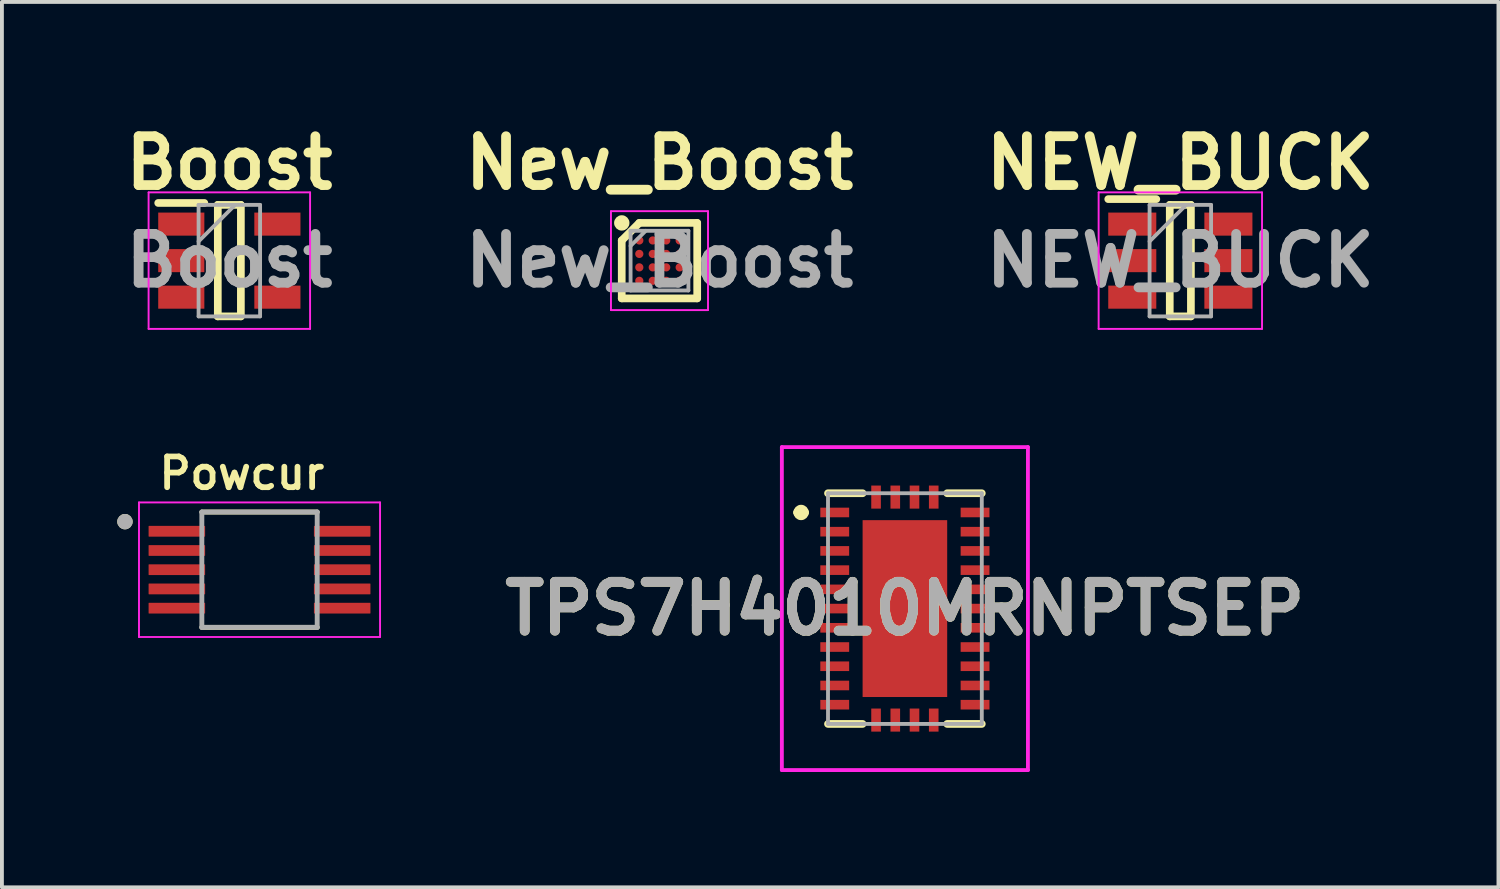
<source format=kicad_pcb>
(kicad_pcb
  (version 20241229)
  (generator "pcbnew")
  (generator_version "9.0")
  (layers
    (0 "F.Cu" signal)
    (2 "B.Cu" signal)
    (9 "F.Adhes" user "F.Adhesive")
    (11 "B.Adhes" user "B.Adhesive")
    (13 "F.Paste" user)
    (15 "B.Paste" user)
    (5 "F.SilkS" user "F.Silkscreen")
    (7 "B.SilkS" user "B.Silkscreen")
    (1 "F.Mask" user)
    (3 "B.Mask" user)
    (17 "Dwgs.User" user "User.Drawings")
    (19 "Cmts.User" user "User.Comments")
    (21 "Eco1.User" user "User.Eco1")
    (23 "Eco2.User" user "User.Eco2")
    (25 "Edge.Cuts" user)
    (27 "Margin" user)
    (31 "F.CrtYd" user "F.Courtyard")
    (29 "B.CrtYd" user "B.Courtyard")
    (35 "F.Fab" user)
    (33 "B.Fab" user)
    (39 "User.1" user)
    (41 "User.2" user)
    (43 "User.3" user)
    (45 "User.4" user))
  (footprint "Powcur"
    (layer "F.Cu")
    (at 3.7 11.768)
    (property "Reference" "Powcur" (at -0.46 -2.508 0) (layer "F.SilkS") (effects (font (size 0.8 0.8) (thickness 0.15))))
    (attr smd)
    (fp_line (start -1.5 -1.5) (end 1.5 -1.5) (stroke (width 0.127) (type solid)) (layer "F.SilkS"))
    (fp_line (start -1.5 1.5) (end 1.5 1.5) (stroke (width 0.127) (type solid)) (layer "F.SilkS"))
    (fp_circle (center -3.5 -1.25) (end -3.4 -1.25) (stroke (width 0.2) (type solid)) (fill no) (layer "F.SilkS"))
    (fp_line (start -3.135 -1.75) (end -3.135 1.75) (stroke (width 0.05) (type solid)) (layer "F.CrtYd"))
    (fp_line (start -3.135 -1.75) (end 3.135 -1.75) (stroke (width 0.05) (type solid)) (layer "F.CrtYd"))
    (fp_line (start -3.135 1.75) (end 3.135 1.75) (stroke (width 0.05) (type solid)) (layer "F.CrtYd"))
    (fp_line (start 3.135 -1.75) (end 3.135 1.75) (stroke (width 0.05) (type solid)) (layer "F.CrtYd"))
    (fp_line (start -1.5 -1.5) (end -1.5 1.5) (stroke (width 0.127) (type solid)) (layer "F.Fab"))
    (fp_line (start -1.5 -1.5) (end 1.5 -1.5) (stroke (width 0.127) (type solid)) (layer "F.Fab"))
    (fp_line (start -1.5 1.5) (end 1.5 1.5) (stroke (width 0.127) (type solid)) (layer "F.Fab"))
    (fp_line (start 1.5 -1.5) (end 1.5 1.5) (stroke (width 0.127) (type solid)) (layer "F.Fab"))
    (fp_circle (center -3.5 -1.25) (end -3.4 -1.25) (stroke (width 0.2) (type solid)) (fill no) (layer "F.Fab"))
    (pad "1" smd roundrect (at -2.15 -1) (size 1.47 0.28) (layers "F.Cu" "F.Mask" "F.Paste") (roundrect_rratio 0.04))
    (pad "2" smd roundrect (at -2.15 -0.5) (size 1.47 0.28) (layers "F.Cu" "F.Mask" "F.Paste") (roundrect_rratio 0.04))
    (pad "3" smd roundrect (at -2.15 0) (size 1.47 0.28) (layers "F.Cu" "F.Mask" "F.Paste") (roundrect_rratio 0.04))
    (pad "4" smd roundrect (at -2.15 0.5) (size 1.47 0.28) (layers "F.Cu" "F.Mask" "F.Paste") (roundrect_rratio 0.04))
    (pad "5" smd roundrect (at -2.15 1) (size 1.47 0.28) (layers "F.Cu" "F.Mask" "F.Paste") (roundrect_rratio 0.04))
    (pad "6" smd roundrect (at 2.15 1) (size 1.47 0.28) (layers "F.Cu" "F.Mask" "F.Paste") (roundrect_rratio 0.04))
    (pad "7" smd roundrect (at 2.15 0.5) (size 1.47 0.28) (layers "F.Cu" "F.Mask" "F.Paste") (roundrect_rratio 0.04))
    (pad "8" smd roundrect (at 2.15 0) (size 1.47 0.28) (layers "F.Cu" "F.Mask" "F.Paste") (roundrect_rratio 0.04))
    (pad "9" smd roundrect (at 2.15 -0.5) (size 1.47 0.28) (layers "F.Cu" "F.Mask" "F.Paste") (roundrect_rratio 0.04))
    (pad "10" smd roundrect (at 2.15 -1) (size 1.47 0.28) (layers "F.Cu" "F.Mask" "F.Paste") (roundrect_rratio 0.04)))
  (footprint "New_Boost"
    (layer "F.Cu")
    (at 14.103 3.729)
    (property "Reference" "New_Boost" (at 0 -2.54 0) (layer "F.SilkS") (effects (font (size 1.27 1.27) (thickness 0.254))))
    (attr smd)
    (fp_line (start -0.982 -0.524) (end -0.526 -0.98) (stroke (width 0.2) (type solid)) (layer "F.SilkS"))
    (fp_line (start -0.982 0.982) (end -0.982 -0.524) (stroke (width 0.2) (type solid)) (layer "F.SilkS"))
    (fp_line (start -0.525 -0.981) (end 0.981 -0.981) (stroke (width 0.2) (type solid)) (layer "F.SilkS"))
    (fp_line (start 0.981 -0.981) (end 0.981 0.982) (stroke (width 0.2) (type solid)) (layer "F.SilkS"))
    (fp_line (start 0.981 0.982) (end -0.982 0.982) (stroke (width 0.2) (type solid)) (layer "F.SilkS"))
    (fp_circle (center -0.981 -0.981) (end -0.981 -0.881) (stroke (width 0.2) (type solid)) (fill no) (layer "F.SilkS"))
    (fp_line (start -1.262 -1.286) (end 1.262 -1.286) (stroke (width 0.05) (type solid)) (layer "F.CrtYd"))
    (fp_line (start -1.262 1.286) (end -1.262 -1.286) (stroke (width 0.05) (type solid)) (layer "F.CrtYd"))
    (fp_line (start 1.262 -1.286) (end 1.262 1.286) (stroke (width 0.05) (type solid)) (layer "F.CrtYd"))
    (fp_line (start 1.262 1.286) (end -1.262 1.286) (stroke (width 0.05) (type solid)) (layer "F.CrtYd"))
    (fp_line (start -0.752 -0.776) (end 0.752 -0.776) (stroke (width 0.1) (type solid)) (layer "F.Fab"))
    (fp_line (start -0.752 -0.383) (end -0.359 -0.776) (stroke (width 0.1) (type solid)) (layer "F.Fab"))
    (fp_line (start -0.752 0.776) (end -0.752 -0.776) (stroke (width 0.1) (type solid)) (layer "F.Fab"))
    (fp_line (start 0.752 -0.776) (end 0.752 0.776) (stroke (width 0.1) (type solid)) (layer "F.Fab"))
    (fp_line (start 0.752 0.776) (end -0.752 0.776) (stroke (width 0.1) (type solid)) (layer "F.Fab"))
    (fp_text user "${REFERENCE}" (at 0 0 0) (layer "F.Fab") (effects (font (size 1.27 1.27) (thickness 0.254))))
    (pad "A1" smd circle (at -0.525 -0.525 90) (size 0.213 0.213) (layers "F.Cu" "F.Mask" "F.Paste"))
    (pad "A2" smd circle (at -0.175 -0.525 90) (size 0.213 0.213) (layers "F.Cu" "F.Mask" "F.Paste"))
    (pad "A3" smd circle (at 0.175 -0.525 90) (size 0.213 0.213) (layers "F.Cu" "F.Mask" "F.Paste"))
    (pad "A4" smd circle (at 0.525 -0.525 90) (size 0.213 0.213) (layers "F.Cu" "F.Mask" "F.Paste"))
    (pad "B1" smd circle (at -0.525 -0.175 90) (size 0.213 0.213) (layers "F.Cu" "F.Mask" "F.Paste"))
    (pad "B2" smd circle (at -0.175 -0.175 90) (size 0.213 0.213) (layers "F.Cu" "F.Mask" "F.Paste"))
    (pad "B3" smd circle (at 0.175 -0.175 90) (size 0.213 0.213) (layers "F.Cu" "F.Mask" "F.Paste"))
    (pad "B4" smd circle (at 0.525 -0.175 90) (size 0.213 0.213) (layers "F.Cu" "F.Mask" "F.Paste"))
    (pad "C1" smd circle (at -0.525 0.175 90) (size 0.213 0.213) (layers "F.Cu" "F.Mask" "F.Paste"))
    (pad "C2" smd circle (at -0.175 0.175 90) (size 0.213 0.213) (layers "F.Cu" "F.Mask" "F.Paste"))
    (pad "C3" smd circle (at 0.175 0.175 90) (size 0.213 0.213) (layers "F.Cu" "F.Mask" "F.Paste"))
    (pad "C4" smd circle (at 0.525 0.175 90) (size 0.213 0.213) (layers "F.Cu" "F.Mask" "F.Paste"))
    (pad "D1" smd circle (at -0.525 0.525 90) (size 0.213 0.213) (layers "F.Cu" "F.Mask" "F.Paste"))
    (pad "D2" smd circle (at -0.175 0.525 90) (size 0.213 0.213) (layers "F.Cu" "F.Mask" "F.Paste"))
    (pad "D3" smd circle (at 0.175 0.525 90) (size 0.213 0.213) (layers "F.Cu" "F.Mask" "F.Paste"))
    (pad "D4" smd circle (at 0.525 0.525 90) (size 0.213 0.213) (layers "F.Cu" "F.Mask" "F.Paste")))
  (footprint "NEW_BUCK"
    (layer "F.Cu")
    (at 27.65 3.729)
    (property "Reference" "NEW_BUCK" (at 0 -2.54 0) (layer "F.SilkS") (effects (font (size 1.27 1.27) (thickness 0.254))))
    (attr smd)
    (fp_line (start -1.875 -1.6) (end -0.625 -1.6) (stroke (width 0.2) (type solid)) (layer "F.SilkS"))
    (fp_line (start -0.275 -1.45) (end 0.275 -1.45) (stroke (width 0.2) (type solid)) (layer "F.SilkS"))
    (fp_line (start -0.275 1.45) (end -0.275 -1.45) (stroke (width 0.2) (type solid)) (layer "F.SilkS"))
    (fp_line (start 0.275 -1.45) (end 0.275 1.45) (stroke (width 0.2) (type solid)) (layer "F.SilkS"))
    (fp_line (start 0.275 1.45) (end -0.275 1.45) (stroke (width 0.2) (type solid)) (layer "F.SilkS"))
    (fp_line (start -2.125 -1.775) (end 2.125 -1.775) (stroke (width 0.05) (type solid)) (layer "F.CrtYd"))
    (fp_line (start -2.125 1.775) (end -2.125 -1.775) (stroke (width 0.05) (type solid)) (layer "F.CrtYd"))
    (fp_line (start 2.125 -1.775) (end 2.125 1.775) (stroke (width 0.05) (type solid)) (layer "F.CrtYd"))
    (fp_line (start 2.125 1.775) (end -2.125 1.775) (stroke (width 0.05) (type solid)) (layer "F.CrtYd"))
    (fp_line (start -0.8 -1.45) (end 0.8 -1.45) (stroke (width 0.1) (type solid)) (layer "F.Fab"))
    (fp_line (start -0.8 -0.5) (end 0.15 -1.45) (stroke (width 0.1) (type solid)) (layer "F.Fab"))
    (fp_line (start -0.8 1.45) (end -0.8 -1.45) (stroke (width 0.1) (type solid)) (layer "F.Fab"))
    (fp_line (start 0.8 -1.45) (end 0.8 1.45) (stroke (width 0.1) (type solid)) (layer "F.Fab"))
    (fp_line (start 0.8 1.45) (end -0.8 1.45) (stroke (width 0.1) (type solid)) (layer "F.Fab"))
    (fp_text user "${REFERENCE}" (at 0 0 0) (layer "F.Fab") (effects (font (size 1.27 1.27) (thickness 0.254))))
    (pad "1" smd rect (at -1.25 -0.95 90) (size 0.6 1.25) (layers "F.Cu" "F.Mask" "F.Paste"))
    (pad "2" smd rect (at -1.25 0 90) (size 0.6 1.25) (layers "F.Cu" "F.Mask" "F.Paste"))
    (pad "3" smd rect (at -1.25 0.95 90) (size 0.6 1.25) (layers "F.Cu" "F.Mask" "F.Paste"))
    (pad "4" smd rect (at 1.25 0.95 90) (size 0.6 1.25) (layers "F.Cu" "F.Mask" "F.Paste"))
    (pad "5" smd rect (at 1.25 0 90) (size 0.6 1.25) (layers "F.Cu" "F.Mask" "F.Paste"))
    (pad "6" smd rect (at 1.25 -0.95 90) (size 0.6 1.25) (layers "F.Cu" "F.Mask" "F.Paste")))
  (footprint "Boost"
    (layer "F.Cu")
    (at 2.915 3.729)
    (property "Reference" "Boost" (at 0 -2.54 0) (layer "F.SilkS") (effects (font (size 1.27 1.27) (thickness 0.254))))
    (attr smd)
    (fp_line (start -1.85 -1.5) (end -0.65 -1.5) (stroke (width 0.2) (type solid)) (layer "F.SilkS"))
    (fp_line (start -0.3 -1.45) (end 0.3 -1.45) (stroke (width 0.2) (type solid)) (layer "F.SilkS"))
    (fp_line (start -0.3 1.45) (end -0.3 -1.45) (stroke (width 0.2) (type solid)) (layer "F.SilkS"))
    (fp_line (start 0.3 -1.45) (end 0.3 1.45) (stroke (width 0.2) (type solid)) (layer "F.SilkS"))
    (fp_line (start 0.3 1.45) (end -0.3 1.45) (stroke (width 0.2) (type solid)) (layer "F.SilkS"))
    (fp_line (start -2.1 -1.775) (end 2.1 -1.775) (stroke (width 0.05) (type solid)) (layer "F.CrtYd"))
    (fp_line (start -2.1 1.775) (end -2.1 -1.775) (stroke (width 0.05) (type solid)) (layer "F.CrtYd"))
    (fp_line (start 2.1 -1.775) (end 2.1 1.775) (stroke (width 0.05) (type solid)) (layer "F.CrtYd"))
    (fp_line (start 2.1 1.775) (end -2.1 1.775) (stroke (width 0.05) (type solid)) (layer "F.CrtYd"))
    (fp_line (start -0.8 -1.45) (end 0.8 -1.45) (stroke (width 0.1) (type solid)) (layer "F.Fab"))
    (fp_line (start -0.8 -0.5) (end 0.15 -1.45) (stroke (width 0.1) (type solid)) (layer "F.Fab"))
    (fp_line (start -0.8 1.45) (end -0.8 -1.45) (stroke (width 0.1) (type solid)) (layer "F.Fab"))
    (fp_line (start 0.8 -1.45) (end 0.8 1.45) (stroke (width 0.1) (type solid)) (layer "F.Fab"))
    (fp_line (start 0.8 1.45) (end -0.8 1.45) (stroke (width 0.1) (type solid)) (layer "F.Fab"))
    (fp_text user "${REFERENCE}" (at 0 0 0) (layer "F.Fab") (effects (font (size 1.27 1.27) (thickness 0.254))))
    (pad "1" smd rect (at -1.25 -0.95 90) (size 0.6 1.2) (layers "F.Cu" "F.Mask" "F.Paste"))
    (pad "2" smd rect (at -1.25 0 90) (size 0.6 1.2) (layers "F.Cu" "F.Mask" "F.Paste"))
    (pad "3" smd rect (at -1.25 0.95 90) (size 0.6 1.2) (layers "F.Cu" "F.Mask" "F.Paste"))
    (pad "4" smd rect (at 1.25 0.95 90) (size 0.6 1.2) (layers "F.Cu" "F.Mask" "F.Paste"))
    (pad "5" smd rect (at 1.25 -0.95 90) (size 0.6 1.2) (layers "F.Cu" "F.Mask" "F.Paste")))
  (footprint "TPS7H4010MRNPTSEP"
    (layer "F.Cu")
    (at 20.486 12.779)
    (property "Reference" "TPS7H4010MRNPTSEP" (at 0 0 0) (layer "F.SilkS") (effects (font (size 1.27 1.27) (thickness 0.254))))
    (attr smd)
    (fp_line (start -2.8 -2.5) (end -2.8 -2.5) (stroke (width 0.2) (type solid)) (layer "F.SilkS"))
    (fp_line (start -2.6 -2.5) (end -2.6 -2.5) (stroke (width 0.2) (type solid)) (layer "F.SilkS"))
    (fp_line (start -2 -3) (end -1.1 -3) (stroke (width 0.2) (type solid)) (layer "F.SilkS"))
    (fp_line (start -2 3) (end -1.1 3) (stroke (width 0.2) (type solid)) (layer "F.SilkS"))
    (fp_line (start 2 -3) (end 1.1 -3) (stroke (width 0.2) (type solid)) (layer "F.SilkS"))
    (fp_line (start 2 3) (end 1.1 3) (stroke (width 0.2) (type solid)) (layer "F.SilkS"))
    (fp_arc (start -2.8 -2.5) (mid -2.7 -2.6) (end -2.6 -2.5) (stroke (width 0.2) (type solid)) (layer "F.SilkS"))
    (fp_arc (start -2.6 -2.5) (mid -2.7 -2.4) (end -2.8 -2.5) (stroke (width 0.2) (type solid)) (layer "F.SilkS"))
    (fp_line (start -3.2 -4.2) (end 3.2 -4.2) (stroke (width 0.1) (type solid)) (layer "F.CrtYd"))
    (fp_line (start -3.2 4.2) (end -3.2 -4.2) (stroke (width 0.1) (type solid)) (layer "F.CrtYd"))
    (fp_line (start 3.2 -4.2) (end 3.2 4.2) (stroke (width 0.1) (type solid)) (layer "F.CrtYd"))
    (fp_line (start 3.2 4.2) (end -3.2 4.2) (stroke (width 0.1) (type solid)) (layer "F.CrtYd"))
    (fp_line (start -2 -3) (end 2 -3) (stroke (width 0.1) (type solid)) (layer "F.Fab"))
    (fp_line (start -2 3) (end -2 -3) (stroke (width 0.1) (type solid)) (layer "F.Fab"))
    (fp_line (start 2 -3) (end 2 3) (stroke (width 0.1) (type solid)) (layer "F.Fab"))
    (fp_line (start 2 3) (end -2 3) (stroke (width 0.1) (type solid)) (layer "F.Fab"))
    (fp_text user "${REFERENCE}" (at 0 0 0) (layer "F.Fab") (effects (font (size 1.27 1.27) (thickness 0.254))))
    (pad "1" smd rect (at -1.825 -2.5 90) (size 0.25 0.75) (layers "F.Cu" "F.Mask" "F.Paste"))
    (pad "2" smd rect (at -1.825 -2 90) (size 0.25 0.75) (layers "F.Cu" "F.Mask" "F.Paste"))
    (pad "3" smd rect (at -1.825 -1.5 90) (size 0.25 0.75) (layers "F.Cu" "F.Mask" "F.Paste"))
    (pad "4" smd rect (at -1.825 -1 90) (size 0.25 0.75) (layers "F.Cu" "F.Mask" "F.Paste"))
    (pad "5" smd rect (at -1.825 -0.5 90) (size 0.25 0.75) (layers "F.Cu" "F.Mask" "F.Paste"))
    (pad "6" smd rect (at -1.825 0 90) (size 0.25 0.75) (layers "F.Cu" "F.Mask" "F.Paste"))
    (pad "7" smd rect (at -1.825 0.5 90) (size 0.25 0.75) (layers "F.Cu" "F.Mask" "F.Paste"))
    (pad "8" smd rect (at -1.825 1 90) (size 0.25 0.75) (layers "F.Cu" "F.Mask" "F.Paste"))
    (pad "9" smd rect (at -1.825 1.5 90) (size 0.25 0.75) (layers "F.Cu" "F.Mask" "F.Paste"))
    (pad "10" smd rect (at -1.825 2 90) (size 0.25 0.75) (layers "F.Cu" "F.Mask" "F.Paste"))
    (pad "11" smd rect (at -1.825 2.5 90) (size 0.25 0.75) (layers "F.Cu" "F.Mask" "F.Paste"))
    (pad "12" smd rect (at -0.75 2.9) (size 0.25 0.6) (layers "F.Cu" "F.Mask" "F.Paste"))
    (pad "13" smd rect (at -0.25 2.9) (size 0.25 0.6) (layers "F.Cu" "F.Mask" "F.Paste"))
    (pad "14" smd rect (at 0.25 2.9) (size 0.25 0.6) (layers "F.Cu" "F.Mask" "F.Paste"))
    (pad "15" smd rect (at 0.75 2.9) (size 0.25 0.6) (layers "F.Cu" "F.Mask" "F.Paste"))
    (pad "16" smd rect (at 1.825 2.5 90) (size 0.25 0.75) (layers "F.Cu" "F.Mask" "F.Paste"))
    (pad "17" smd rect (at 1.825 2 90) (size 0.25 0.75) (layers "F.Cu" "F.Mask" "F.Paste"))
    (pad "18" smd rect (at 1.825 1.5 90) (size 0.25 0.75) (layers "F.Cu" "F.Mask" "F.Paste"))
    (pad "19" smd rect (at 1.825 1 90) (size 0.25 0.75) (layers "F.Cu" "F.Mask" "F.Paste"))
    (pad "20" smd rect (at 1.825 0.5 90) (size 0.25 0.75) (layers "F.Cu" "F.Mask" "F.Paste"))
    (pad "21" smd rect (at 1.825 0 90) (size 0.25 0.75) (layers "F.Cu" "F.Mask" "F.Paste"))
    (pad "22" smd rect (at 1.825 -0.5 90) (size 0.25 0.75) (layers "F.Cu" "F.Mask" "F.Paste"))
    (pad "23" smd rect (at 1.825 -1 90) (size 0.25 0.75) (layers "F.Cu" "F.Mask" "F.Paste"))
    (pad "24" smd rect (at 1.825 -1.5 90) (size 0.25 0.75) (layers "F.Cu" "F.Mask" "F.Paste"))
    (pad "25" smd rect (at 1.825 -2 90) (size 0.25 0.75) (layers "F.Cu" "F.Mask" "F.Paste"))
    (pad "26" smd rect (at 1.825 -2.5 90) (size 0.25 0.75) (layers "F.Cu" "F.Mask" "F.Paste"))
    (pad "27" smd rect (at 0.75 -2.9) (size 0.25 0.6) (layers "F.Cu" "F.Mask" "F.Paste"))
    (pad "28" smd rect (at 0.25 -2.9) (size 0.25 0.6) (layers "F.Cu" "F.Mask" "F.Paste"))
    (pad "29" smd rect (at -0.25 -2.9) (size 0.25 0.6) (layers "F.Cu" "F.Mask" "F.Paste"))
    (pad "30" smd rect (at -0.75 -2.9) (size 0.25 0.6) (layers "F.Cu" "F.Mask" "F.Paste"))
    (pad "31" smd rect (at 0 0) (size 2.2 4.6) (layers "F.Cu" "F.Mask" "F.Paste")))
  (gr_rect
    (start -3 -3)
    (end 35.924 20.029)
    (stroke (width 0.1) (type default))
    (fill no)
    (layer "Edge.Cuts")))
</source>
